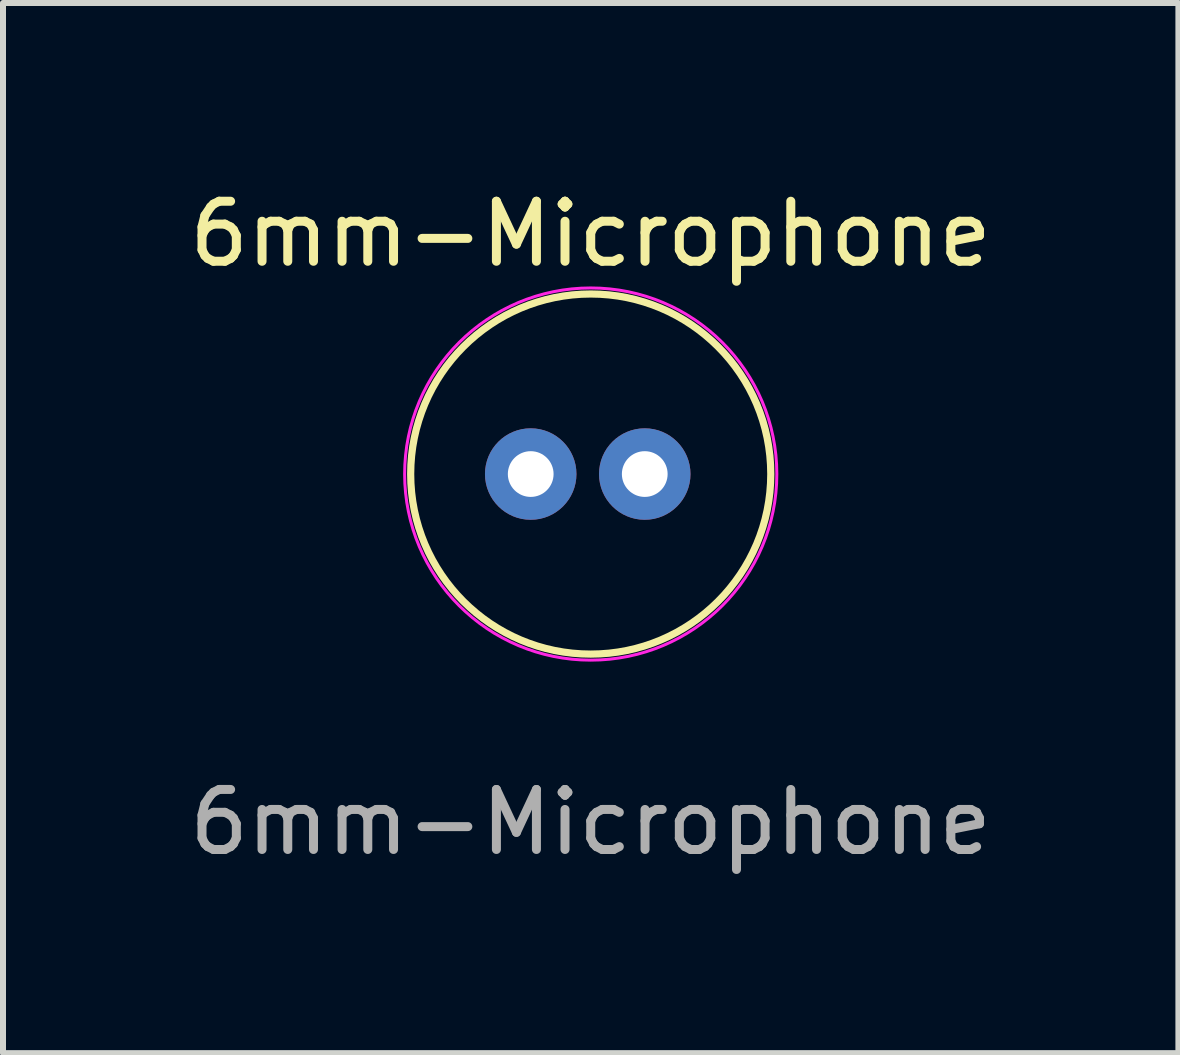
<source format=kicad_pcb>
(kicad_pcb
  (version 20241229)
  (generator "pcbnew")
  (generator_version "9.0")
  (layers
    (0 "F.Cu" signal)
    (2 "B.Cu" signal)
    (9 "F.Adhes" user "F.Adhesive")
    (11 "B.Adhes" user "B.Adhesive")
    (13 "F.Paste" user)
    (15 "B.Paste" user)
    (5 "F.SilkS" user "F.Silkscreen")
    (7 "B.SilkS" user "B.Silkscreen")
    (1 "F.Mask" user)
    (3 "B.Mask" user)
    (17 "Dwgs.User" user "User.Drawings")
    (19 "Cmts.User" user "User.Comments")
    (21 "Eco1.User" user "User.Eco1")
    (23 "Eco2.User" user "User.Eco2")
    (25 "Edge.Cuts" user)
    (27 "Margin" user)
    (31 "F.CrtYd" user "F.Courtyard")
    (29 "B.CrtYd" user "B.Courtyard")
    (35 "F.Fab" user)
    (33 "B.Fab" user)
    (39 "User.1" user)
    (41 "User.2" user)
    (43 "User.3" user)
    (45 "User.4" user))
  (footprint "6mm-Microphone"
    (layer "F.Cu")
    (at 6.792 4.848)
    (property "Reference" "6mm-Microphone" (at 0 -4 0) (unlocked yes) (layer "F.SilkS") (effects (font (size 1 1) (thickness 0.15))))
    (attr through_hole)
    (fp_circle (center 0 0) (end 3 0) (stroke (width 0.12) (type solid)) (fill no) (layer "F.SilkS"))
    (fp_circle (center 0 0) (end 3.1 0.052) (stroke (width 0.05) (type solid)) (fill no) (layer "F.CrtYd"))
    (fp_text user "${REFERENCE}" (at 0 5.8 0) (unlocked yes) (layer "F.Fab") (effects (font (size 1 1) (thickness 0.15))))
    (pad "1" thru_hole circle (at -1 0) (size 1.524 1.524) (drill 0.762) (layers "*.Cu" "*.Mask"))
    (pad "2" thru_hole circle (at 0.9 0) (size 1.524 1.524) (drill 0.762) (layers "*.Cu" "*.Mask")))
  (gr_rect
    (start -3 -3)
    (end 16.583 14.496)
    (stroke (width 0.1) (type default))
    (fill no)
    (layer "Edge.Cuts")))
</source>
